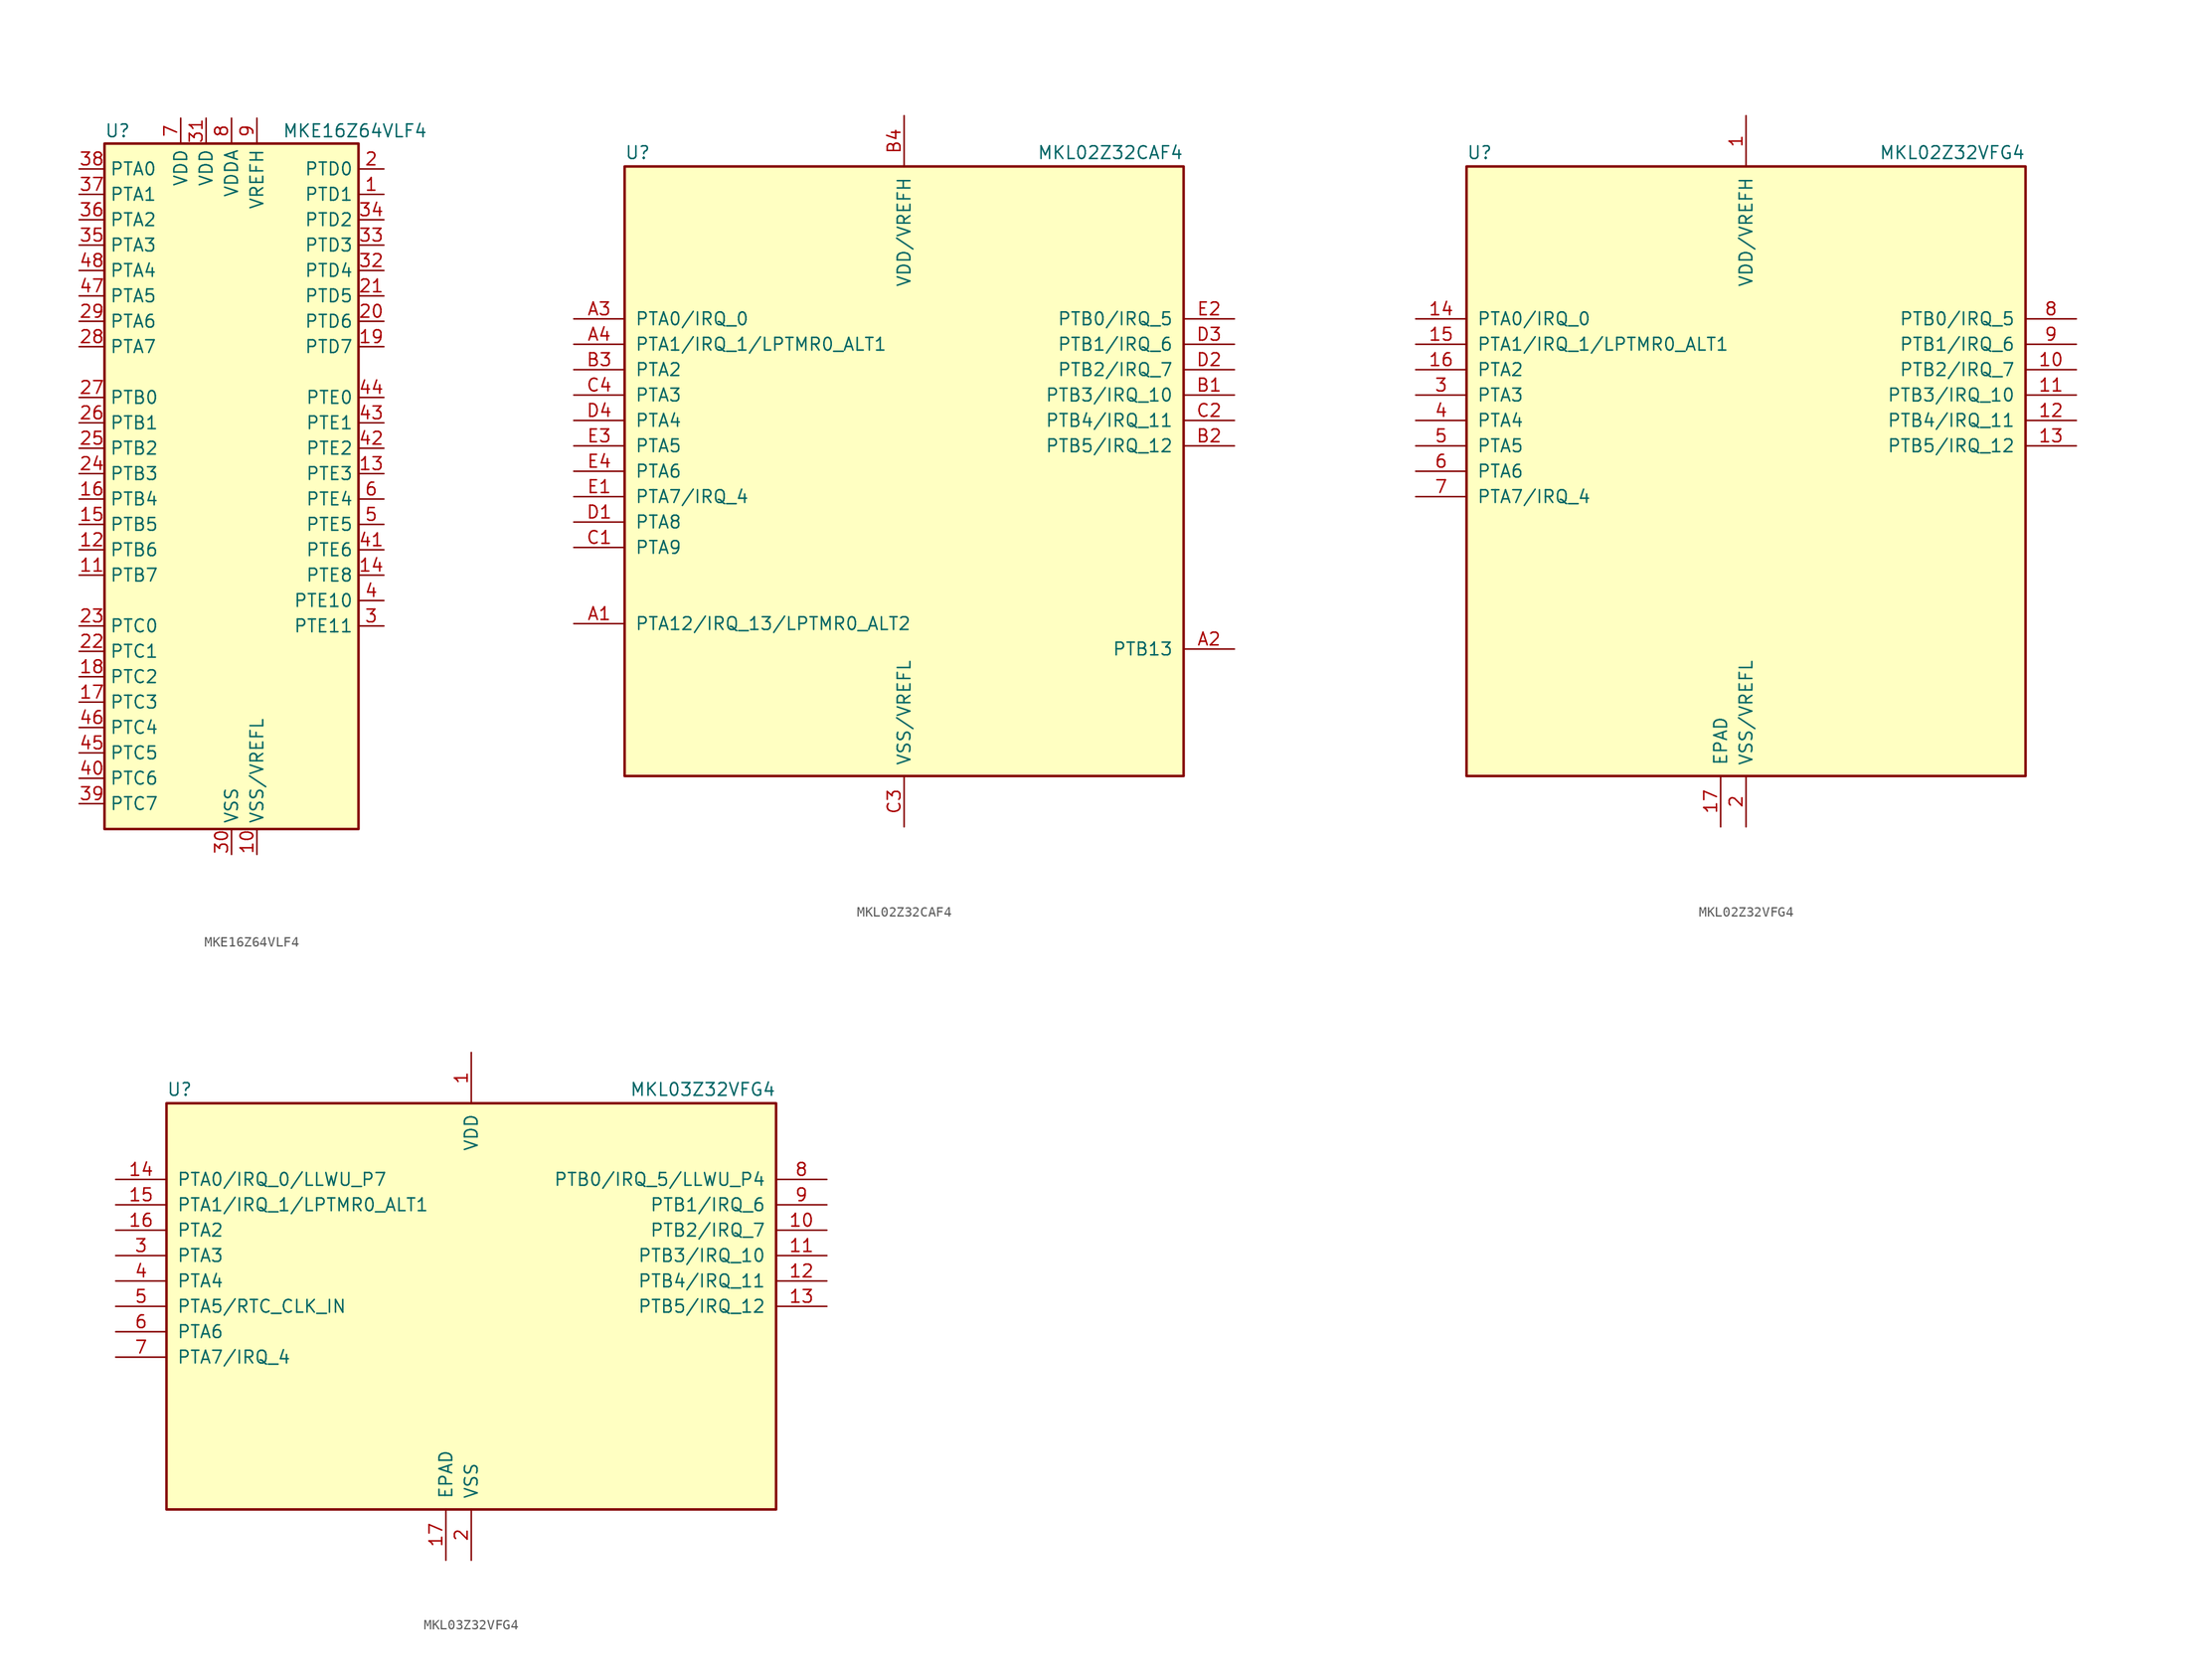
<source format=kicad_sym>
(kicad_symbol_lib
  (version 20241209)
  (generator "kicad_symbol_editor")
  (generator_version "9.0")
  (symbol "MKE16Z64VLF4"
    (property "Reference" "U"
      (at -12.7 36.83 0)
      (effects (font (size 1.27 1.27)) (justify left)))
    (property "Value" "MKE16Z64VLF4"
      (at 5.08 36.83 0)
      (effects (font (size 1.27 1.27)) (justify left)))
    (symbol "MKE16Z64VLF4_0_1"
      (rectangle (start -12.7 35.56) (end 12.7 -33.02) (stroke (width 0.254) (type default)) (fill (type background))))
    (symbol "MKE16Z64VLF4_1_1"
      (pin bidirectional line (at -15.24 33.02 0) (length 2.54) (name "PTA0" (effects (font (size 1.27 1.27)))) (number "38" (effects (font (size 1.27 1.27)))))
      (pin bidirectional line (at -15.24 30.48 0) (length 2.54) (name "PTA1" (effects (font (size 1.27 1.27)))) (number "37" (effects (font (size 1.27 1.27)))))
      (pin bidirectional line (at -15.24 27.94 0) (length 2.54) (name "PTA2" (effects (font (size 1.27 1.27)))) (number "36" (effects (font (size 1.27 1.27)))))
      (pin bidirectional line (at -15.24 25.4 0) (length 2.54) (name "PTA3" (effects (font (size 1.27 1.27)))) (number "35" (effects (font (size 1.27 1.27)))))
      (pin bidirectional line (at -15.24 22.86 0) (length 2.54) (name "PTA4" (effects (font (size 1.27 1.27)))) (number "48" (effects (font (size 1.27 1.27)))))
      (pin bidirectional line (at -15.24 20.32 0) (length 2.54) (name "PTA5" (effects (font (size 1.27 1.27)))) (number "47" (effects (font (size 1.27 1.27)))))
      (pin bidirectional line (at -15.24 17.78 0) (length 2.54) (name "PTA6" (effects (font (size 1.27 1.27)))) (number "29" (effects (font (size 1.27 1.27)))))
      (pin bidirectional line (at -15.24 15.24 0) (length 2.54) (name "PTA7" (effects (font (size 1.27 1.27)))) (number "28" (effects (font (size 1.27 1.27)))))
      (pin bidirectional line (at -15.24 10.16 0) (length 2.54) (name "PTB0" (effects (font (size 1.27 1.27)))) (number "27" (effects (font (size 1.27 1.27)))))
      (pin bidirectional line (at -15.24 7.62 0) (length 2.54) (name "PTB1" (effects (font (size 1.27 1.27)))) (number "26" (effects (font (size 1.27 1.27)))))
      (pin bidirectional line (at -15.24 5.08 0) (length 2.54) (name "PTB2" (effects (font (size 1.27 1.27)))) (number "25" (effects (font (size 1.27 1.27)))))
      (pin bidirectional line (at -15.24 2.54 0) (length 2.54) (name "PTB3" (effects (font (size 1.27 1.27)))) (number "24" (effects (font (size 1.27 1.27)))))
      (pin bidirectional line (at -15.24 0 0) (length 2.54) (name "PTB4" (effects (font (size 1.27 1.27)))) (number "16" (effects (font (size 1.27 1.27)))))
      (pin bidirectional line (at -15.24 -2.54 0) (length 2.54) (name "PTB5" (effects (font (size 1.27 1.27)))) (number "15" (effects (font (size 1.27 1.27)))))
      (pin bidirectional line (at -15.24 -5.08 0) (length 2.54) (name "PTB6" (effects (font (size 1.27 1.27)))) (number "12" (effects (font (size 1.27 1.27)))))
      (pin bidirectional line (at -15.24 -7.62 0) (length 2.54) (name "PTB7" (effects (font (size 1.27 1.27)))) (number "11" (effects (font (size 1.27 1.27)))))
      (pin bidirectional line (at -15.24 -12.7 0) (length 2.54) (name "PTC0" (effects (font (size 1.27 1.27)))) (number "23" (effects (font (size 1.27 1.27)))))
      (pin bidirectional line (at -15.24 -15.24 0) (length 2.54) (name "PTC1" (effects (font (size 1.27 1.27)))) (number "22" (effects (font (size 1.27 1.27)))))
      (pin bidirectional line (at -15.24 -17.78 0) (length 2.54) (name "PTC2" (effects (font (size 1.27 1.27)))) (number "18" (effects (font (size 1.27 1.27)))))
      (pin bidirectional line (at -15.24 -20.32 0) (length 2.54) (name "PTC3" (effects (font (size 1.27 1.27)))) (number "17" (effects (font (size 1.27 1.27)))))
      (pin bidirectional line (at -15.24 -22.86 0) (length 2.54) (name "PTC4" (effects (font (size 1.27 1.27)))) (number "46" (effects (font (size 1.27 1.27)))))
      (pin bidirectional line (at -15.24 -25.4 0) (length 2.54) (name "PTC5" (effects (font (size 1.27 1.27)))) (number "45" (effects (font (size 1.27 1.27)))))
      (pin bidirectional line (at -15.24 -27.94 0) (length 2.54) (name "PTC6" (effects (font (size 1.27 1.27)))) (number "40" (effects (font (size 1.27 1.27)))))
      (pin bidirectional line (at -15.24 -30.48 0) (length 2.54) (name "PTC7" (effects (font (size 1.27 1.27)))) (number "39" (effects (font (size 1.27 1.27)))))
      (pin power_in line (at -5.08 38.1 270) (length 2.54) (name "VDD" (effects (font (size 1.27 1.27)))) (number "7" (effects (font (size 1.27 1.27)))))
      (pin power_in line (at -2.54 38.1 270) (length 2.54) (name "VDD" (effects (font (size 1.27 1.27)))) (number "31" (effects (font (size 1.27 1.27)))))
      (pin power_in line (at 0 38.1 270) (length 2.54) (name "VDDA" (effects (font (size 1.27 1.27)))) (number "8" (effects (font (size 1.27 1.27)))))
      (pin power_in line (at 0 -35.56 90) (length 2.54) (name "VSS" (effects (font (size 1.27 1.27)))) (number "30" (effects (font (size 1.27 1.27)))))
      (pin power_in line (at 2.54 38.1 270) (length 2.54) (name "VREFH" (effects (font (size 1.27 1.27)))) (number "9" (effects (font (size 1.27 1.27)))))
      (pin power_in line (at 2.54 -35.56 90) (length 2.54) (name "VSS/VREFL" (effects (font (size 1.27 1.27)))) (number "10" (effects (font (size 1.27 1.27)))))
      (pin bidirectional line (at 15.24 33.02 180) (length 2.54) (name "PTD0" (effects (font (size 1.27 1.27)))) (number "2" (effects (font (size 1.27 1.27)))))
      (pin bidirectional line (at 15.24 30.48 180) (length 2.54) (name "PTD1" (effects (font (size 1.27 1.27)))) (number "1" (effects (font (size 1.27 1.27)))))
      (pin bidirectional line (at 15.24 27.94 180) (length 2.54) (name "PTD2" (effects (font (size 1.27 1.27)))) (number "34" (effects (font (size 1.27 1.27)))))
      (pin bidirectional line (at 15.24 25.4 180) (length 2.54) (name "PTD3" (effects (font (size 1.27 1.27)))) (number "33" (effects (font (size 1.27 1.27)))))
      (pin bidirectional line (at 15.24 22.86 180) (length 2.54) (name "PTD4" (effects (font (size 1.27 1.27)))) (number "32" (effects (font (size 1.27 1.27)))))
      (pin bidirectional line (at 15.24 20.32 180) (length 2.54) (name "PTD5" (effects (font (size 1.27 1.27)))) (number "21" (effects (font (size 1.27 1.27)))))
      (pin bidirectional line (at 15.24 17.78 180) (length 2.54) (name "PTD6" (effects (font (size 1.27 1.27)))) (number "20" (effects (font (size 1.27 1.27)))))
      (pin bidirectional line (at 15.24 15.24 180) (length 2.54) (name "PTD7" (effects (font (size 1.27 1.27)))) (number "19" (effects (font (size 1.27 1.27)))))
      (pin bidirectional line (at 15.24 10.16 180) (length 2.54) (name "PTE0" (effects (font (size 1.27 1.27)))) (number "44" (effects (font (size 1.27 1.27)))))
      (pin bidirectional line (at 15.24 7.62 180) (length 2.54) (name "PTE1" (effects (font (size 1.27 1.27)))) (number "43" (effects (font (size 1.27 1.27)))))
      (pin bidirectional line (at 15.24 5.08 180) (length 2.54) (name "PTE2" (effects (font (size 1.27 1.27)))) (number "42" (effects (font (size 1.27 1.27)))))
      (pin bidirectional line (at 15.24 2.54 180) (length 2.54) (name "PTE3" (effects (font (size 1.27 1.27)))) (number "13" (effects (font (size 1.27 1.27)))))
      (pin bidirectional line (at 15.24 0 180) (length 2.54) (name "PTE4" (effects (font (size 1.27 1.27)))) (number "6" (effects (font (size 1.27 1.27)))))
      (pin bidirectional line (at 15.24 -2.54 180) (length 2.54) (name "PTE5" (effects (font (size 1.27 1.27)))) (number "5" (effects (font (size 1.27 1.27)))))
      (pin bidirectional line (at 15.24 -5.08 180) (length 2.54) (name "PTE6" (effects (font (size 1.27 1.27)))) (number "41" (effects (font (size 1.27 1.27)))))
      (pin bidirectional line (at 15.24 -7.62 180) (length 2.54) (name "PTE8" (effects (font (size 1.27 1.27)))) (number "14" (effects (font (size 1.27 1.27)))))
      (pin bidirectional line (at 15.24 -10.16 180) (length 2.54) (name "PTE10" (effects (font (size 1.27 1.27)))) (number "4" (effects (font (size 1.27 1.27)))))
      (pin bidirectional line (at 15.24 -12.7 180) (length 2.54) (name "PTE11" (effects (font (size 1.27 1.27)))) (number "3" (effects (font (size 1.27 1.27)))))))
  (symbol "MKL02Z32CAF4"
    (pin_names
      (offset 1.016))
    (property "Reference" "U"
      (at -27.94 31.115 0)
      (effects (font (size 1.27 1.27)) (justify left bottom)))
    (property "Value" "MKL02Z32CAF4"
      (at 27.94 31.115 0)
      (effects (font (size 1.27 1.27)) (justify right bottom)))
    (symbol "MKL02Z32CAF4_0_1"
      (rectangle (start -27.94 30.48) (end 27.94 -30.48) (stroke (width 0.254) (type default)) (fill (type background))))
    (symbol "MKL02Z32CAF4_1_1"
      (pin bidirectional line (at -33.02 15.24 0) (length 5.08) (name "PTA0/IRQ_0" (effects (font (size 1.27 1.27)))) (number "A3" (effects (font (size 1.27 1.27)))))
      (pin bidirectional line (at -33.02 12.7 0) (length 5.08) (name "PTA1/IRQ_1/LPTMR0_ALT1" (effects (font (size 1.27 1.27)))) (number "A4" (effects (font (size 1.27 1.27)))))
      (pin bidirectional line (at -33.02 10.16 0) (length 5.08) (name "PTA2" (effects (font (size 1.27 1.27)))) (number "B3" (effects (font (size 1.27 1.27)))))
      (pin bidirectional line (at -33.02 7.62 0) (length 5.08) (name "PTA3" (effects (font (size 1.27 1.27)))) (number "C4" (effects (font (size 1.27 1.27)))))
      (pin bidirectional line (at -33.02 5.08 0) (length 5.08) (name "PTA4" (effects (font (size 1.27 1.27)))) (number "D4" (effects (font (size 1.27 1.27)))))
      (pin bidirectional line (at -33.02 2.54 0) (length 5.08) (name "PTA5" (effects (font (size 1.27 1.27)))) (number "E3" (effects (font (size 1.27 1.27)))))
      (pin bidirectional line (at -33.02 0 0) (length 5.08) (name "PTA6" (effects (font (size 1.27 1.27)))) (number "E4" (effects (font (size 1.27 1.27)))))
      (pin bidirectional line (at -33.02 -2.54 0) (length 5.08) (name "PTA7/IRQ_4" (effects (font (size 1.27 1.27)))) (number "E1" (effects (font (size 1.27 1.27)))))
      (pin bidirectional line (at -33.02 -5.08 0) (length 5.08) (name "PTA8" (effects (font (size 1.27 1.27)))) (number "D1" (effects (font (size 1.27 1.27)))))
      (pin bidirectional line (at -33.02 -7.62 0) (length 5.08) (name "PTA9" (effects (font (size 1.27 1.27)))) (number "C1" (effects (font (size 1.27 1.27)))))
      (pin bidirectional line (at -33.02 -15.24 0) (length 5.08) (name "PTA12/IRQ_13/LPTMR0_ALT2" (effects (font (size 1.27 1.27)))) (number "A1" (effects (font (size 1.27 1.27)))))
      (pin power_in line (at 0 35.56 270) (length 5.08) (name "VDD/VREFH" (effects (font (size 1.27 1.27)))) (number "B4" (effects (font (size 1.27 1.27)))))
      (pin power_in line (at 0 -35.56 90) (length 5.08) (name "VSS/VREFL" (effects (font (size 1.27 1.27)))) (number "C3" (effects (font (size 1.27 1.27)))))
      (pin bidirectional line (at 33.02 15.24 180) (length 5.08) (name "PTB0/IRQ_5" (effects (font (size 1.27 1.27)))) (number "E2" (effects (font (size 1.27 1.27)))))
      (pin bidirectional line (at 33.02 12.7 180) (length 5.08) (name "PTB1/IRQ_6" (effects (font (size 1.27 1.27)))) (number "D3" (effects (font (size 1.27 1.27)))))
      (pin bidirectional line (at 33.02 10.16 180) (length 5.08) (name "PTB2/IRQ_7" (effects (font (size 1.27 1.27)))) (number "D2" (effects (font (size 1.27 1.27)))))
      (pin bidirectional line (at 33.02 7.62 180) (length 5.08) (name "PTB3/IRQ_10" (effects (font (size 1.27 1.27)))) (number "B1" (effects (font (size 1.27 1.27)))))
      (pin bidirectional line (at 33.02 5.08 180) (length 5.08) (name "PTB4/IRQ_11" (effects (font (size 1.27 1.27)))) (number "C2" (effects (font (size 1.27 1.27)))))
      (pin bidirectional line (at 33.02 2.54 180) (length 5.08) (name "PTB5/IRQ_12" (effects (font (size 1.27 1.27)))) (number "B2" (effects (font (size 1.27 1.27)))))
      (pin bidirectional line (at 33.02 -17.78 180) (length 5.08) (name "PTB13" (effects (font (size 1.27 1.27)))) (number "A2" (effects (font (size 1.27 1.27)))))))
  (symbol "MKL02Z32VFG4"
    (pin_names
      (offset 1.016))
    (property "Reference" "U"
      (at -27.94 31.115 0)
      (effects (font (size 1.27 1.27)) (justify left bottom)))
    (property "Value" "MKL02Z32VFG4"
      (at 27.94 31.115 0)
      (effects (font (size 1.27 1.27)) (justify right bottom)))
    (symbol "MKL02Z32VFG4_0_1"
      (rectangle (start -27.94 30.48) (end 27.94 -30.48) (stroke (width 0.254) (type default)) (fill (type background))))
    (symbol "MKL02Z32VFG4_1_1"
      (pin bidirectional line (at -33.02 15.24 0) (length 5.08) (name "PTA0/IRQ_0" (effects (font (size 1.27 1.27)))) (number "14" (effects (font (size 1.27 1.27)))))
      (pin bidirectional line (at -33.02 12.7 0) (length 5.08) (name "PTA1/IRQ_1/LPTMR0_ALT1" (effects (font (size 1.27 1.27)))) (number "15" (effects (font (size 1.27 1.27)))))
      (pin bidirectional line (at -33.02 10.16 0) (length 5.08) (name "PTA2" (effects (font (size 1.27 1.27)))) (number "16" (effects (font (size 1.27 1.27)))))
      (pin bidirectional line (at -33.02 7.62 0) (length 5.08) (name "PTA3" (effects (font (size 1.27 1.27)))) (number "3" (effects (font (size 1.27 1.27)))))
      (pin bidirectional line (at -33.02 5.08 0) (length 5.08) (name "PTA4" (effects (font (size 1.27 1.27)))) (number "4" (effects (font (size 1.27 1.27)))))
      (pin bidirectional line (at -33.02 2.54 0) (length 5.08) (name "PTA5" (effects (font (size 1.27 1.27)))) (number "5" (effects (font (size 1.27 1.27)))))
      (pin bidirectional line (at -33.02 0 0) (length 5.08) (name "PTA6" (effects (font (size 1.27 1.27)))) (number "6" (effects (font (size 1.27 1.27)))))
      (pin bidirectional line (at -33.02 -2.54 0) (length 5.08) (name "PTA7/IRQ_4" (effects (font (size 1.27 1.27)))) (number "7" (effects (font (size 1.27 1.27)))))
      (pin power_in line (at -2.54 -35.56 90) (length 5.08) (name "EPAD" (effects (font (size 1.27 1.27)))) (number "17" (effects (font (size 1.27 1.27)))))
      (pin power_in line (at 0 35.56 270) (length 5.08) (name "VDD/VREFH" (effects (font (size 1.27 1.27)))) (number "1" (effects (font (size 1.27 1.27)))))
      (pin power_in line (at 0 -35.56 90) (length 5.08) (name "VSS/VREFL" (effects (font (size 1.27 1.27)))) (number "2" (effects (font (size 1.27 1.27)))))
      (pin bidirectional line (at 33.02 15.24 180) (length 5.08) (name "PTB0/IRQ_5" (effects (font (size 1.27 1.27)))) (number "8" (effects (font (size 1.27 1.27)))))
      (pin bidirectional line (at 33.02 12.7 180) (length 5.08) (name "PTB1/IRQ_6" (effects (font (size 1.27 1.27)))) (number "9" (effects (font (size 1.27 1.27)))))
      (pin bidirectional line (at 33.02 10.16 180) (length 5.08) (name "PTB2/IRQ_7" (effects (font (size 1.27 1.27)))) (number "10" (effects (font (size 1.27 1.27)))))
      (pin bidirectional line (at 33.02 7.62 180) (length 5.08) (name "PTB3/IRQ_10" (effects (font (size 1.27 1.27)))) (number "11" (effects (font (size 1.27 1.27)))))
      (pin bidirectional line (at 33.02 5.08 180) (length 5.08) (name "PTB4/IRQ_11" (effects (font (size 1.27 1.27)))) (number "12" (effects (font (size 1.27 1.27)))))
      (pin bidirectional line (at 33.02 2.54 180) (length 5.08) (name "PTB5/IRQ_12" (effects (font (size 1.27 1.27)))) (number "13" (effects (font (size 1.27 1.27)))))))
  (symbol "MKL03Z32VFG4"
    (pin_names
      (offset 1.016))
    (property "Reference" "U"
      (at -30.48 20.955 0)
      (effects (font (size 1.27 1.27)) (justify left bottom)))
    (property "Value" "MKL03Z32VFG4"
      (at 30.48 20.955 0)
      (effects (font (size 1.27 1.27)) (justify right bottom)))
    (symbol "MKL03Z32VFG4_0_1"
      (rectangle (start -30.48 20.32) (end 30.48 -20.32) (stroke (width 0.254) (type default)) (fill (type background))))
    (symbol "MKL03Z32VFG4_1_1"
      (pin bidirectional line (at -35.56 12.7 0) (length 5.08) (name "PTA0/IRQ_0/LLWU_P7" (effects (font (size 1.27 1.27)))) (number "14" (effects (font (size 1.27 1.27)))))
      (pin bidirectional line (at -35.56 10.16 0) (length 5.08) (name "PTA1/IRQ_1/LPTMR0_ALT1" (effects (font (size 1.27 1.27)))) (number "15" (effects (font (size 1.27 1.27)))))
      (pin bidirectional line (at -35.56 7.62 0) (length 5.08) (name "PTA2" (effects (font (size 1.27 1.27)))) (number "16" (effects (font (size 1.27 1.27)))))
      (pin bidirectional line (at -35.56 5.08 0) (length 5.08) (name "PTA3" (effects (font (size 1.27 1.27)))) (number "3" (effects (font (size 1.27 1.27)))))
      (pin bidirectional line (at -35.56 2.54 0) (length 5.08) (name "PTA4" (effects (font (size 1.27 1.27)))) (number "4" (effects (font (size 1.27 1.27)))))
      (pin bidirectional line (at -35.56 0 0) (length 5.08) (name "PTA5/RTC_CLK_IN" (effects (font (size 1.27 1.27)))) (number "5" (effects (font (size 1.27 1.27)))))
      (pin bidirectional line (at -35.56 -2.54 0) (length 5.08) (name "PTA6" (effects (font (size 1.27 1.27)))) (number "6" (effects (font (size 1.27 1.27)))))
      (pin bidirectional line (at -35.56 -5.08 0) (length 5.08) (name "PTA7/IRQ_4" (effects (font (size 1.27 1.27)))) (number "7" (effects (font (size 1.27 1.27)))))
      (pin power_in line (at -2.54 -25.4 90) (length 5.08) (name "EPAD" (effects (font (size 1.27 1.27)))) (number "17" (effects (font (size 1.27 1.27)))))
      (pin power_in line (at 0 25.4 270) (length 5.08) (name "VDD" (effects (font (size 1.27 1.27)))) (number "1" (effects (font (size 1.27 1.27)))))
      (pin power_in line (at 0 -25.4 90) (length 5.08) (name "VSS" (effects (font (size 1.27 1.27)))) (number "2" (effects (font (size 1.27 1.27)))))
      (pin bidirectional line (at 35.56 12.7 180) (length 5.08) (name "PTB0/IRQ_5/LLWU_P4" (effects (font (size 1.27 1.27)))) (number "8" (effects (font (size 1.27 1.27)))))
      (pin bidirectional line (at 35.56 10.16 180) (length 5.08) (name "PTB1/IRQ_6" (effects (font (size 1.27 1.27)))) (number "9" (effects (font (size 1.27 1.27)))))
      (pin bidirectional line (at 35.56 7.62 180) (length 5.08) (name "PTB2/IRQ_7" (effects (font (size 1.27 1.27)))) (number "10" (effects (font (size 1.27 1.27)))))
      (pin bidirectional line (at 35.56 5.08 180) (length 5.08) (name "PTB3/IRQ_10" (effects (font (size 1.27 1.27)))) (number "11" (effects (font (size 1.27 1.27)))))
      (pin bidirectional line (at 35.56 2.54 180) (length 5.08) (name "PTB4/IRQ_11" (effects (font (size 1.27 1.27)))) (number "12" (effects (font (size 1.27 1.27)))))
      (pin bidirectional line (at 35.56 0 180) (length 5.08) (name "PTB5/IRQ_12" (effects (font (size 1.27 1.27)))) (number "13" (effects (font (size 1.27 1.27))))))))
</source>
